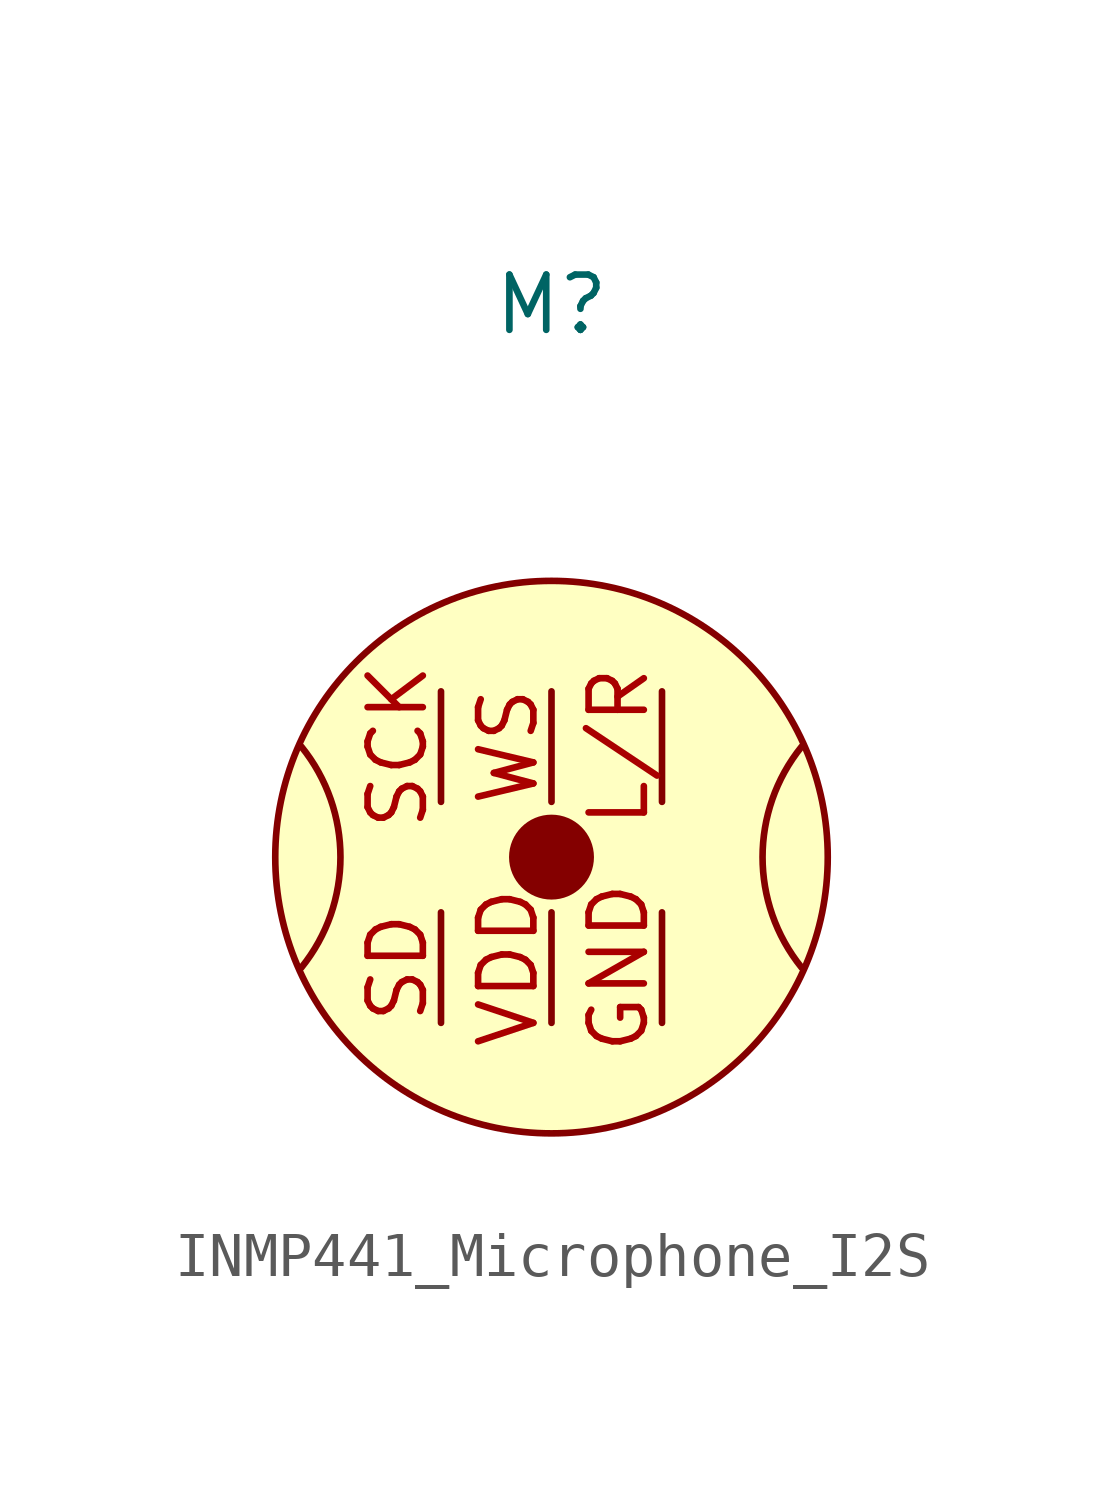
<source format=kicad_sym>
(kicad_symbol_lib
  (version 20231120)
  (generator "kicad_symbol_editor")
  (generator_version "8.0")
  (symbol "INMP441_Microphone_I2S"
    (property "Reference" "M"
      (at 0 12.7 0)
      (effects (font (size 1.27 1.27))))
    (property "Value" ""
      (at 0 0 0)
      (effects (font (size 1.27 1.27))))
    (symbol "INMP441_Microphone_I2S_1_1"
      (arc (start -5.75 -2.54) (mid -4.8513 0) (end -5.75 2.54) (stroke (width 0) (type default)) (fill (type none)))
      (circle (center 0 0) (radius 0.9) (stroke (width 0) (type default)) (fill (type outline)))
      (circle (center 0 0) (radius 6.35) (stroke (width 0) (type default)) (fill (type background)))
      (arc (start 5.75 2.54) (mid 4.8513 0) (end 5.75 -2.54) (stroke (width 0) (type default)) (fill (type none)))
      (pin power_in line (at 2.54 -3.81 90) (length 2.54) (name "" (effects (font (size 1.27 1.27)))) (number "GND" (effects (font (size 1.27 1.27)))))
      (pin input line (at 2.54 3.81 270) (length 2.54) (name "" (effects (font (size 1.27 1.27)))) (number "L/R" (effects (font (size 1.27 1.27)))))
      (pin bidirectional line (at -2.54 3.81 270) (length 2.54) (name "" (effects (font (size 1.27 1.27)))) (number "SCK" (effects (font (size 1.27 1.27)))))
      (pin bidirectional line (at -2.54 -3.81 90) (length 2.54) (name "" (effects (font (size 1.27 1.27)))) (number "SD" (effects (font (size 1.27 1.27)))))
      (pin power_in line (at 0 -3.81 90) (length 2.54) (name "" (effects (font (size 1.27 1.27)))) (number "VDD" (effects (font (size 1.27 1.27)))))
      (pin bidirectional line (at 0 3.81 270) (length 2.54) (name "" (effects (font (size 1.27 1.27)))) (number "WS" (effects (font (size 1.27 1.27))))))))
</source>
